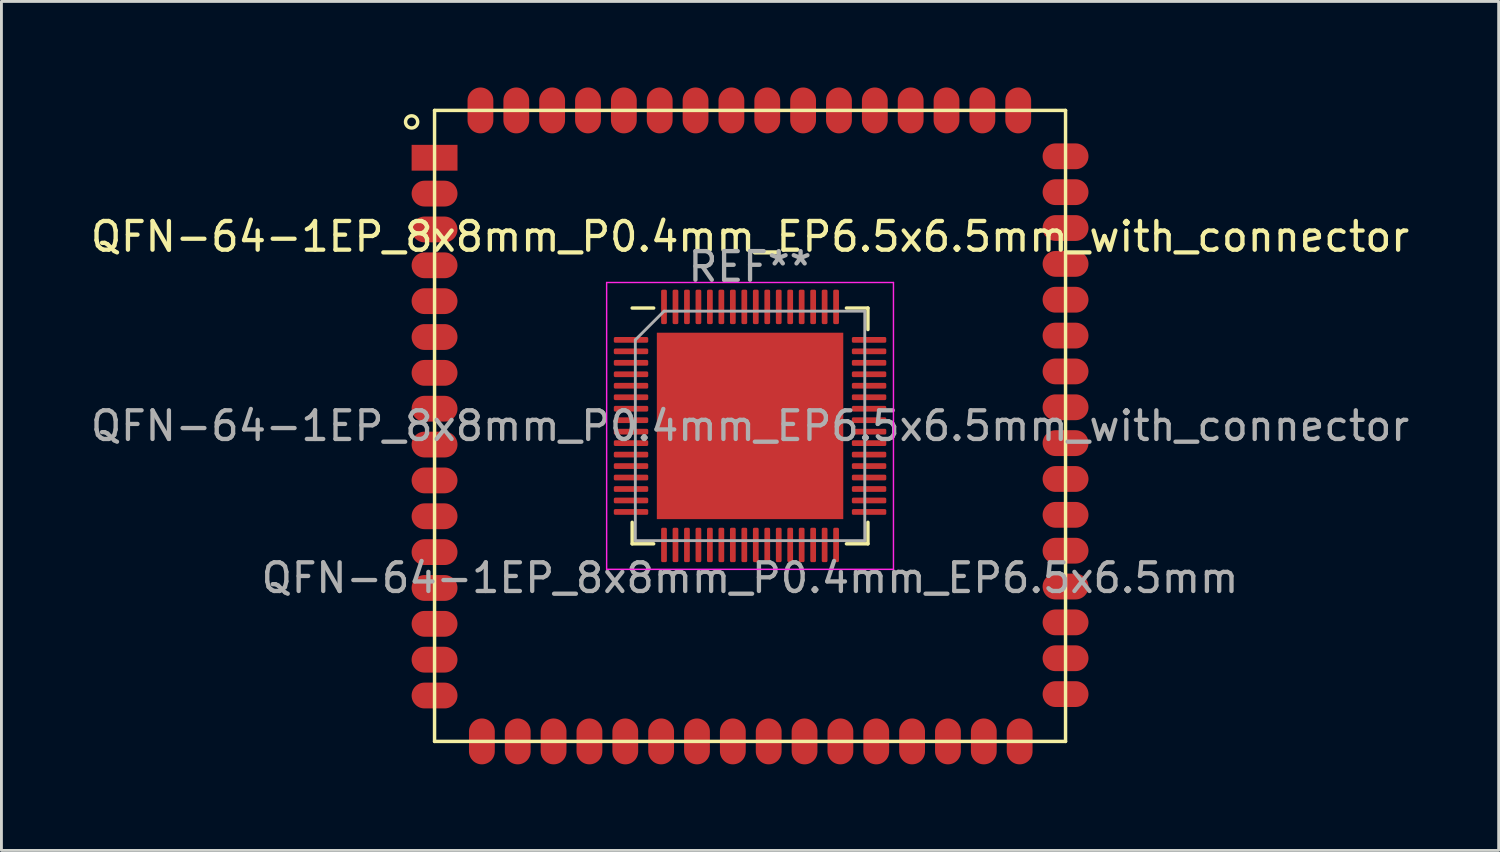
<source format=kicad_pcb>
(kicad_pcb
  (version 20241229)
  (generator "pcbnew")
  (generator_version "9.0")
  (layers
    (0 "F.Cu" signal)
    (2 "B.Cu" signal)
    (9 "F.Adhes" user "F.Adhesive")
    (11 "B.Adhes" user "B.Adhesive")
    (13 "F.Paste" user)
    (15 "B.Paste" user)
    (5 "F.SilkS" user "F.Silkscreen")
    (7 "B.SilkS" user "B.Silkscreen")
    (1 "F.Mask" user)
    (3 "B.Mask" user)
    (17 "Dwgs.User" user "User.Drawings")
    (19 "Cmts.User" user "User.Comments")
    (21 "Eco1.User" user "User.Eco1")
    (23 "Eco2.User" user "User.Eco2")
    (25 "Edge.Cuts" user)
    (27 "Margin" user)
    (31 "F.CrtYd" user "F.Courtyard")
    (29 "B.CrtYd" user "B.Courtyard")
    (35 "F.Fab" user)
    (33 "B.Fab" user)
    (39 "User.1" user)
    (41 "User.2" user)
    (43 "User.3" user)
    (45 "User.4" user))
  (footprint "QFN-64-1EP_8x8mm_P0.4mm_EP6.5x6.5mm_with_connector"
    (layer "F.Cu")
    (at 23.101 11.8)
    (property "Reference" "QFN-64-1EP_8x8mm_P0.4mm_EP6.5x6.5mm_with_connector" (at 0 -6.6 0) (layer "F.SilkS") (effects (font (size 1 1) (thickness 0.15))))
    (attr smd)
    (fp_line (start -11 -11) (end 11 -11) (stroke (width 0.12) (type solid)) (layer "F.SilkS"))
    (fp_line (start -11 11) (end -11 -11) (stroke (width 0.12) (type solid)) (layer "F.SilkS"))
    (fp_line (start -4.11 4.11) (end -4.11 3.36) (stroke (width 0.12) (type solid)) (layer "F.SilkS"))
    (fp_line (start -3.36 -4.11) (end -4.11 -4.11) (stroke (width 0.12) (type solid)) (layer "F.SilkS"))
    (fp_line (start -3.36 4.11) (end -4.11 4.11) (stroke (width 0.12) (type solid)) (layer "F.SilkS"))
    (fp_line (start 3.36 -4.11) (end 4.11 -4.11) (stroke (width 0.12) (type solid)) (layer "F.SilkS"))
    (fp_line (start 3.36 4.11) (end 4.11 4.11) (stroke (width 0.12) (type solid)) (layer "F.SilkS"))
    (fp_line (start 4.11 -4.11) (end 4.11 -3.36) (stroke (width 0.12) (type solid)) (layer "F.SilkS"))
    (fp_line (start 4.11 4.11) (end 4.11 3.36) (stroke (width 0.12) (type solid)) (layer "F.SilkS"))
    (fp_line (start 11 -11) (end 11 11) (stroke (width 0.12) (type solid)) (layer "F.SilkS"))
    (fp_line (start 11 11) (end -11 11) (stroke (width 0.12) (type solid)) (layer "F.SilkS"))
    (fp_circle (center -11.8 -10.6) (end -11.65 -10.45) (stroke (width 0.12) (type solid)) (fill no) (layer "F.SilkS"))
    (fp_line (start -5 -5) (end -5 5) (stroke (width 0.05) (type solid)) (layer "F.CrtYd"))
    (fp_line (start -5 5) (end 5 5) (stroke (width 0.05) (type solid)) (layer "F.CrtYd"))
    (fp_line (start 5 -5) (end -5 -5) (stroke (width 0.05) (type solid)) (layer "F.CrtYd"))
    (fp_line (start 5 5) (end 5 -5) (stroke (width 0.05) (type solid)) (layer "F.CrtYd"))
    (fp_line (start -4 -3) (end -3 -4) (stroke (width 0.1) (type solid)) (layer "F.Fab"))
    (fp_line (start -4 4) (end -4 -3) (stroke (width 0.1) (type solid)) (layer "F.Fab"))
    (fp_line (start -3 -4) (end 4 -4) (stroke (width 0.1) (type solid)) (layer "F.Fab"))
    (fp_line (start 4 -4) (end 4 4) (stroke (width 0.1) (type solid)) (layer "F.Fab"))
    (fp_line (start 4 4) (end -4 4) (stroke (width 0.1) (type solid)) (layer "F.Fab"))
    (fp_text user "QFN-64-1EP_8x8mm_P0.4mm_EP6.5x6.5mm" (at 0 5.3 0) (layer "F.Fab") (effects (font (size 1 1) (thickness 0.15))))
    (fp_text user "${REFERENCE}" (at 0 0 0) (layer "F.Fab") (effects (font (size 1 1) (thickness 0.15))))
    (fp_text user "REF**" (at 0 -5.55 0) (layer "F.Fab") (effects (font (size 1 1) (thickness 0.15))))
    (pad "" smd roundrect (at -2.6 -2.6) (size 1.05 1.05) (layers "F.Paste") (roundrect_rratio 0.238))
    (pad "" smd roundrect (at -2.6 -1.3) (size 1.05 1.05) (layers "F.Paste") (roundrect_rratio 0.238))
    (pad "" smd roundrect (at -2.6 0) (size 1.05 1.05) (layers "F.Paste") (roundrect_rratio 0.238))
    (pad "" smd roundrect (at -2.6 1.3) (size 1.05 1.05) (layers "F.Paste") (roundrect_rratio 0.238))
    (pad "" smd roundrect (at -2.6 2.6) (size 1.05 1.05) (layers "F.Paste") (roundrect_rratio 0.238))
    (pad "" smd roundrect (at -1.3 -2.6) (size 1.05 1.05) (layers "F.Paste") (roundrect_rratio 0.238))
    (pad "" smd roundrect (at -1.3 -1.3) (size 1.05 1.05) (layers "F.Paste") (roundrect_rratio 0.238))
    (pad "" smd roundrect (at -1.3 0) (size 1.05 1.05) (layers "F.Paste") (roundrect_rratio 0.238))
    (pad "" smd roundrect (at -1.3 1.3) (size 1.05 1.05) (layers "F.Paste") (roundrect_rratio 0.238))
    (pad "" smd roundrect (at -1.3 2.6) (size 1.05 1.05) (layers "F.Paste") (roundrect_rratio 0.238))
    (pad "" smd roundrect (at 0 -2.6) (size 1.05 1.05) (layers "F.Paste") (roundrect_rratio 0.238))
    (pad "" smd roundrect (at 0 -1.3) (size 1.05 1.05) (layers "F.Paste") (roundrect_rratio 0.238))
    (pad "" smd roundrect (at 0 0) (size 1.05 1.05) (layers "F.Paste") (roundrect_rratio 0.238))
    (pad "" smd roundrect (at 0 1.3) (size 1.05 1.05) (layers "F.Paste") (roundrect_rratio 0.238))
    (pad "" smd roundrect (at 0 2.6) (size 1.05 1.05) (layers "F.Paste") (roundrect_rratio 0.238))
    (pad "" smd roundrect (at 1.3 -2.6) (size 1.05 1.05) (layers "F.Paste") (roundrect_rratio 0.238))
    (pad "" smd roundrect (at 1.3 -1.3) (size 1.05 1.05) (layers "F.Paste") (roundrect_rratio 0.238))
    (pad "" smd roundrect (at 1.3 0) (size 1.05 1.05) (layers "F.Paste") (roundrect_rratio 0.238))
    (pad "" smd roundrect (at 1.3 1.3) (size 1.05 1.05) (layers "F.Paste") (roundrect_rratio 0.238))
    (pad "" smd roundrect (at 1.3 2.6) (size 1.05 1.05) (layers "F.Paste") (roundrect_rratio 0.238))
    (pad "" smd roundrect (at 2.6 -2.6) (size 1.05 1.05) (layers "F.Paste") (roundrect_rratio 0.238))
    (pad "" smd roundrect (at 2.6 -1.3) (size 1.05 1.05) (layers "F.Paste") (roundrect_rratio 0.238))
    (pad "" smd roundrect (at 2.6 0) (size 1.05 1.05) (layers "F.Paste") (roundrect_rratio 0.238))
    (pad "" smd roundrect (at 2.6 1.3) (size 1.05 1.05) (layers "F.Paste") (roundrect_rratio 0.238))
    (pad "" smd roundrect (at 2.6 2.6) (size 1.05 1.05) (layers "F.Paste") (roundrect_rratio 0.238))
    (pad "1" smd rect (at -11 -9.35) (size 1.6 0.9) (layers "F.Cu" "F.Mask" "F.Paste"))
    (pad "1" smd roundrect (at -4.15 -3) (size 1.2 0.2) (layers "F.Cu" "F.Mask" "F.Paste") (roundrect_rratio 0.25))
    (pad "2" smd oval (at -11 -8.1) (size 1.6 0.9) (layers "F.Cu" "F.Mask" "F.Paste"))
    (pad "2" smd roundrect (at -4.15 -2.6) (size 1.2 0.2) (layers "F.Cu" "F.Mask" "F.Paste") (roundrect_rratio 0.25))
    (pad "3" smd oval (at -11 -6.85) (size 1.6 0.9) (layers "F.Cu" "F.Mask" "F.Paste"))
    (pad "3" smd roundrect (at -4.15 -2.2) (size 1.2 0.2) (layers "F.Cu" "F.Mask" "F.Paste") (roundrect_rratio 0.25))
    (pad "4" smd oval (at -11 -5.6) (size 1.6 0.9) (layers "F.Cu" "F.Mask" "F.Paste"))
    (pad "4" smd roundrect (at -4.15 -1.8) (size 1.2 0.2) (layers "F.Cu" "F.Mask" "F.Paste") (roundrect_rratio 0.25))
    (pad "5" smd oval (at -11 -4.35) (size 1.6 0.9) (layers "F.Cu" "F.Mask" "F.Paste"))
    (pad "5" smd roundrect (at -4.15 -1.4) (size 1.2 0.2) (layers "F.Cu" "F.Mask" "F.Paste") (roundrect_rratio 0.25))
    (pad "6" smd oval (at -11 -3.1) (size 1.6 0.9) (layers "F.Cu" "F.Mask" "F.Paste"))
    (pad "6" smd roundrect (at -4.15 -1) (size 1.2 0.2) (layers "F.Cu" "F.Mask" "F.Paste") (roundrect_rratio 0.25))
    (pad "7" smd oval (at -11 -1.85) (size 1.6 0.9) (layers "F.Cu" "F.Mask" "F.Paste"))
    (pad "7" smd roundrect (at -4.15 -0.6) (size 1.2 0.2) (layers "F.Cu" "F.Mask" "F.Paste") (roundrect_rratio 0.25))
    (pad "8" smd oval (at -11 -0.6) (size 1.6 0.9) (layers "F.Cu" "F.Mask" "F.Paste"))
    (pad "8" smd roundrect (at -4.15 -0.2) (size 1.2 0.2) (layers "F.Cu" "F.Mask" "F.Paste") (roundrect_rratio 0.25))
    (pad "9" smd oval (at -11 0.65) (size 1.6 0.9) (layers "F.Cu" "F.Mask" "F.Paste"))
    (pad "9" smd roundrect (at -4.15 0.2) (size 1.2 0.2) (layers "F.Cu" "F.Mask" "F.Paste") (roundrect_rratio 0.25))
    (pad "10" smd oval (at -11 1.9) (size 1.6 0.9) (layers "F.Cu" "F.Mask" "F.Paste"))
    (pad "10" smd roundrect (at -4.15 0.6) (size 1.2 0.2) (layers "F.Cu" "F.Mask" "F.Paste") (roundrect_rratio 0.25))
    (pad "11" smd oval (at -11 3.15) (size 1.6 0.9) (layers "F.Cu" "F.Mask" "F.Paste"))
    (pad "11" smd roundrect (at -4.15 1) (size 1.2 0.2) (layers "F.Cu" "F.Mask" "F.Paste") (roundrect_rratio 0.25))
    (pad "12" smd oval (at -11 4.4) (size 1.6 0.9) (layers "F.Cu" "F.Mask" "F.Paste"))
    (pad "12" smd roundrect (at -4.15 1.4) (size 1.2 0.2) (layers "F.Cu" "F.Mask" "F.Paste") (roundrect_rratio 0.25))
    (pad "13" smd oval (at -11 5.65) (size 1.6 0.9) (layers "F.Cu" "F.Mask" "F.Paste"))
    (pad "13" smd roundrect (at -4.15 1.8) (size 1.2 0.2) (layers "F.Cu" "F.Mask" "F.Paste") (roundrect_rratio 0.25))
    (pad "14" smd oval (at -11 6.9) (size 1.6 0.9) (layers "F.Cu" "F.Mask" "F.Paste"))
    (pad "14" smd roundrect (at -4.15 2.2) (size 1.2 0.2) (layers "F.Cu" "F.Mask" "F.Paste") (roundrect_rratio 0.25))
    (pad "15" smd oval (at -11 8.15) (size 1.6 0.9) (layers "F.Cu" "F.Mask" "F.Paste"))
    (pad "15" smd roundrect (at -4.15 2.6) (size 1.2 0.2) (layers "F.Cu" "F.Mask" "F.Paste") (roundrect_rratio 0.25))
    (pad "16" smd oval (at -11 9.4) (size 1.6 0.9) (layers "F.Cu" "F.Mask" "F.Paste"))
    (pad "16" smd roundrect (at -4.15 3) (size 1.2 0.2) (layers "F.Cu" "F.Mask" "F.Paste") (roundrect_rratio 0.25))
    (pad "17" smd oval (at -9.35 11 90) (size 1.6 0.9) (layers "F.Cu" "F.Mask" "F.Paste"))
    (pad "17" smd roundrect (at -3 4.15 90) (size 1.2 0.2) (layers "F.Cu" "F.Mask" "F.Paste") (roundrect_rratio 0.25))
    (pad "18" smd oval (at -8.1 11 90) (size 1.6 0.9) (layers "F.Cu" "F.Mask" "F.Paste"))
    (pad "18" smd roundrect (at -2.6 4.15 90) (size 1.2 0.2) (layers "F.Cu" "F.Mask" "F.Paste") (roundrect_rratio 0.25))
    (pad "19" smd oval (at -6.85 11 90) (size 1.6 0.9) (layers "F.Cu" "F.Mask" "F.Paste"))
    (pad "19" smd roundrect (at -2.2 4.15 90) (size 1.2 0.2) (layers "F.Cu" "F.Mask" "F.Paste") (roundrect_rratio 0.25))
    (pad "20" smd oval (at -5.6 11 90) (size 1.6 0.9) (layers "F.Cu" "F.Mask" "F.Paste"))
    (pad "20" smd roundrect (at -1.8 4.15 90) (size 1.2 0.2) (layers "F.Cu" "F.Mask" "F.Paste") (roundrect_rratio 0.25))
    (pad "21" smd oval (at -4.35 11 90) (size 1.6 0.9) (layers "F.Cu" "F.Mask" "F.Paste"))
    (pad "21" smd roundrect (at -1.4 4.15 90) (size 1.2 0.2) (layers "F.Cu" "F.Mask" "F.Paste") (roundrect_rratio 0.25))
    (pad "22" smd oval (at -3.1 11 90) (size 1.6 0.9) (layers "F.Cu" "F.Mask" "F.Paste"))
    (pad "22" smd roundrect (at -1 4.15 90) (size 1.2 0.2) (layers "F.Cu" "F.Mask" "F.Paste") (roundrect_rratio 0.25))
    (pad "23" smd oval (at -1.85 11 90) (size 1.6 0.9) (layers "F.Cu" "F.Mask" "F.Paste"))
    (pad "23" smd roundrect (at -0.6 4.15 90) (size 1.2 0.2) (layers "F.Cu" "F.Mask" "F.Paste") (roundrect_rratio 0.25))
    (pad "24" smd oval (at -0.6 11 90) (size 1.6 0.9) (layers "F.Cu" "F.Mask" "F.Paste"))
    (pad "24" smd roundrect (at -0.2 4.15 90) (size 1.2 0.2) (layers "F.Cu" "F.Mask" "F.Paste") (roundrect_rratio 0.25))
    (pad "25" smd roundrect (at 0.2 4.15 90) (size 1.2 0.2) (layers "F.Cu" "F.Mask" "F.Paste") (roundrect_rratio 0.25))
    (pad "25" smd oval (at 0.65 11 90) (size 1.6 0.9) (layers "F.Cu" "F.Mask" "F.Paste"))
    (pad "26" smd roundrect (at 0.6 4.15 90) (size 1.2 0.2) (layers "F.Cu" "F.Mask" "F.Paste") (roundrect_rratio 0.25))
    (pad "26" smd oval (at 1.9 11 90) (size 1.6 0.9) (layers "F.Cu" "F.Mask" "F.Paste"))
    (pad "27" smd roundrect (at 1 4.15 90) (size 1.2 0.2) (layers "F.Cu" "F.Mask" "F.Paste") (roundrect_rratio 0.25))
    (pad "27" smd oval (at 3.15 11 90) (size 1.6 0.9) (layers "F.Cu" "F.Mask" "F.Paste"))
    (pad "28" smd roundrect (at 1.4 4.15 90) (size 1.2 0.2) (layers "F.Cu" "F.Mask" "F.Paste") (roundrect_rratio 0.25))
    (pad "28" smd oval (at 4.4 11 90) (size 1.6 0.9) (layers "F.Cu" "F.Mask" "F.Paste"))
    (pad "29" smd roundrect (at 1.8 4.15 90) (size 1.2 0.2) (layers "F.Cu" "F.Mask" "F.Paste") (roundrect_rratio 0.25))
    (pad "29" smd oval (at 5.65 11 90) (size 1.6 0.9) (layers "F.Cu" "F.Mask" "F.Paste"))
    (pad "30" smd roundrect (at 2.2 4.15 90) (size 1.2 0.2) (layers "F.Cu" "F.Mask" "F.Paste") (roundrect_rratio 0.25))
    (pad "30" smd oval (at 6.9 11 90) (size 1.6 0.9) (layers "F.Cu" "F.Mask" "F.Paste"))
    (pad "31" smd roundrect (at 2.6 4.15 90) (size 1.2 0.2) (layers "F.Cu" "F.Mask" "F.Paste") (roundrect_rratio 0.25))
    (pad "31" smd oval (at 8.15 11 90) (size 1.6 0.9) (layers "F.Cu" "F.Mask" "F.Paste"))
    (pad "32" smd roundrect (at 3 4.15 90) (size 1.2 0.2) (layers "F.Cu" "F.Mask" "F.Paste") (roundrect_rratio 0.25))
    (pad "32" smd oval (at 9.4 11 90) (size 1.6 0.9) (layers "F.Cu" "F.Mask" "F.Paste"))
    (pad "33" smd roundrect (at 4.15 3 180) (size 1.2 0.2) (layers "F.Cu" "F.Mask" "F.Paste") (roundrect_rratio 0.25))
    (pad "33" smd oval (at 11 9.35 180) (size 1.6 0.9) (layers "F.Cu" "F.Mask" "F.Paste"))
    (pad "34" smd roundrect (at 4.15 2.6 180) (size 1.2 0.2) (layers "F.Cu" "F.Mask" "F.Paste") (roundrect_rratio 0.25))
    (pad "34" smd oval (at 11 8.1 180) (size 1.6 0.9) (layers "F.Cu" "F.Mask" "F.Paste"))
    (pad "35" smd roundrect (at 4.15 2.2 180) (size 1.2 0.2) (layers "F.Cu" "F.Mask" "F.Paste") (roundrect_rratio 0.25))
    (pad "35" smd oval (at 11 6.85 180) (size 1.6 0.9) (layers "F.Cu" "F.Mask" "F.Paste"))
    (pad "36" smd roundrect (at 4.15 1.8 180) (size 1.2 0.2) (layers "F.Cu" "F.Mask" "F.Paste") (roundrect_rratio 0.25))
    (pad "36" smd oval (at 11 5.6 180) (size 1.6 0.9) (layers "F.Cu" "F.Mask" "F.Paste"))
    (pad "37" smd roundrect (at 4.15 1.4 180) (size 1.2 0.2) (layers "F.Cu" "F.Mask" "F.Paste") (roundrect_rratio 0.25))
    (pad "37" smd oval (at 11 4.35 180) (size 1.6 0.9) (layers "F.Cu" "F.Mask" "F.Paste"))
    (pad "38" smd roundrect (at 4.15 1 180) (size 1.2 0.2) (layers "F.Cu" "F.Mask" "F.Paste") (roundrect_rratio 0.25))
    (pad "38" smd oval (at 11 3.1 180) (size 1.6 0.9) (layers "F.Cu" "F.Mask" "F.Paste"))
    (pad "39" smd roundrect (at 4.15 0.6 180) (size 1.2 0.2) (layers "F.Cu" "F.Mask" "F.Paste") (roundrect_rratio 0.25))
    (pad "39" smd oval (at 11 1.85 180) (size 1.6 0.9) (layers "F.Cu" "F.Mask" "F.Paste"))
    (pad "40" smd roundrect (at 4.15 0.2 180) (size 1.2 0.2) (layers "F.Cu" "F.Mask" "F.Paste") (roundrect_rratio 0.25))
    (pad "40" smd oval (at 11 0.6 180) (size 1.6 0.9) (layers "F.Cu" "F.Mask" "F.Paste"))
    (pad "41" smd roundrect (at 4.15 -0.2 180) (size 1.2 0.2) (layers "F.Cu" "F.Mask" "F.Paste") (roundrect_rratio 0.25))
    (pad "41" smd oval (at 11 -0.65 180) (size 1.6 0.9) (layers "F.Cu" "F.Mask" "F.Paste"))
    (pad "42" smd roundrect (at 4.15 -0.6 180) (size 1.2 0.2) (layers "F.Cu" "F.Mask" "F.Paste") (roundrect_rratio 0.25))
    (pad "42" smd oval (at 11 -1.9 180) (size 1.6 0.9) (layers "F.Cu" "F.Mask" "F.Paste"))
    (pad "43" smd roundrect (at 4.15 -1 180) (size 1.2 0.2) (layers "F.Cu" "F.Mask" "F.Paste") (roundrect_rratio 0.25))
    (pad "43" smd oval (at 11 -3.15 180) (size 1.6 0.9) (layers "F.Cu" "F.Mask" "F.Paste"))
    (pad "44" smd roundrect (at 4.15 -1.4 180) (size 1.2 0.2) (layers "F.Cu" "F.Mask" "F.Paste") (roundrect_rratio 0.25))
    (pad "44" smd oval (at 11 -4.4 180) (size 1.6 0.9) (layers "F.Cu" "F.Mask" "F.Paste"))
    (pad "45" smd roundrect (at 4.15 -1.8 180) (size 1.2 0.2) (layers "F.Cu" "F.Mask" "F.Paste") (roundrect_rratio 0.25))
    (pad "45" smd oval (at 11 -5.65 180) (size 1.6 0.9) (layers "F.Cu" "F.Mask" "F.Paste"))
    (pad "46" smd roundrect (at 4.15 -2.2 180) (size 1.2 0.2) (layers "F.Cu" "F.Mask" "F.Paste") (roundrect_rratio 0.25))
    (pad "46" smd oval (at 11 -6.9 180) (size 1.6 0.9) (layers "F.Cu" "F.Mask" "F.Paste"))
    (pad "47" smd roundrect (at 4.15 -2.6 180) (size 1.2 0.2) (layers "F.Cu" "F.Mask" "F.Paste") (roundrect_rratio 0.25))
    (pad "47" smd oval (at 11 -8.15 180) (size 1.6 0.9) (layers "F.Cu" "F.Mask" "F.Paste"))
    (pad "48" smd roundrect (at 4.15 -3 180) (size 1.2 0.2) (layers "F.Cu" "F.Mask" "F.Paste") (roundrect_rratio 0.25))
    (pad "48" smd oval (at 11 -9.4 180) (size 1.6 0.9) (layers "F.Cu" "F.Mask" "F.Paste"))
    (pad "49" smd roundrect (at 3 -4.15 270) (size 1.2 0.2) (layers "F.Cu" "F.Mask" "F.Paste") (roundrect_rratio 0.25))
    (pad "49" smd oval (at 9.35 -11 270) (size 1.6 0.9) (layers "F.Cu" "F.Mask" "F.Paste"))
    (pad "50" smd roundrect (at 2.6 -4.15 270) (size 1.2 0.2) (layers "F.Cu" "F.Mask" "F.Paste") (roundrect_rratio 0.25))
    (pad "50" smd oval (at 8.1 -11 270) (size 1.6 0.9) (layers "F.Cu" "F.Mask" "F.Paste"))
    (pad "51" smd roundrect (at 2.2 -4.15 270) (size 1.2 0.2) (layers "F.Cu" "F.Mask" "F.Paste") (roundrect_rratio 0.25))
    (pad "51" smd oval (at 6.85 -11 270) (size 1.6 0.9) (layers "F.Cu" "F.Mask" "F.Paste"))
    (pad "52" smd roundrect (at 1.8 -4.15 270) (size 1.2 0.2) (layers "F.Cu" "F.Mask" "F.Paste") (roundrect_rratio 0.25))
    (pad "52" smd oval (at 5.6 -11 270) (size 1.6 0.9) (layers "F.Cu" "F.Mask" "F.Paste"))
    (pad "53" smd roundrect (at 1.4 -4.15 270) (size 1.2 0.2) (layers "F.Cu" "F.Mask" "F.Paste") (roundrect_rratio 0.25))
    (pad "53" smd oval (at 4.35 -11 270) (size 1.6 0.9) (layers "F.Cu" "F.Mask" "F.Paste"))
    (pad "54" smd roundrect (at 1 -4.15 270) (size 1.2 0.2) (layers "F.Cu" "F.Mask" "F.Paste") (roundrect_rratio 0.25))
    (pad "54" smd oval (at 3.1 -11 270) (size 1.6 0.9) (layers "F.Cu" "F.Mask" "F.Paste"))
    (pad "55" smd roundrect (at 0.6 -4.15 270) (size 1.2 0.2) (layers "F.Cu" "F.Mask" "F.Paste") (roundrect_rratio 0.25))
    (pad "55" smd oval (at 1.85 -11 270) (size 1.6 0.9) (layers "F.Cu" "F.Mask" "F.Paste"))
    (pad "56" smd roundrect (at 0.2 -4.15 270) (size 1.2 0.2) (layers "F.Cu" "F.Mask" "F.Paste") (roundrect_rratio 0.25))
    (pad "56" smd oval (at 0.6 -11 270) (size 1.6 0.9) (layers "F.Cu" "F.Mask" "F.Paste"))
    (pad "57" smd oval (at -0.65 -11 270) (size 1.6 0.9) (layers "F.Cu" "F.Mask" "F.Paste"))
    (pad "57" smd roundrect (at -0.2 -4.15 270) (size 1.2 0.2) (layers "F.Cu" "F.Mask" "F.Paste") (roundrect_rratio 0.25))
    (pad "58" smd oval (at -1.9 -11 270) (size 1.6 0.9) (layers "F.Cu" "F.Mask" "F.Paste"))
    (pad "58" smd roundrect (at -0.6 -4.15 270) (size 1.2 0.2) (layers "F.Cu" "F.Mask" "F.Paste") (roundrect_rratio 0.25))
    (pad "59" smd oval (at -3.15 -11 270) (size 1.6 0.9) (layers "F.Cu" "F.Mask" "F.Paste"))
    (pad "59" smd roundrect (at -1 -4.15 270) (size 1.2 0.2) (layers "F.Cu" "F.Mask" "F.Paste") (roundrect_rratio 0.25))
    (pad "60" smd oval (at -4.4 -11 270) (size 1.6 0.9) (layers "F.Cu" "F.Mask" "F.Paste"))
    (pad "60" smd roundrect (at -1.4 -4.15 270) (size 1.2 0.2) (layers "F.Cu" "F.Mask" "F.Paste") (roundrect_rratio 0.25))
    (pad "61" smd oval (at -5.65 -11 270) (size 1.6 0.9) (layers "F.Cu" "F.Mask" "F.Paste"))
    (pad "61" smd roundrect (at -1.8 -4.15 270) (size 1.2 0.2) (layers "F.Cu" "F.Mask" "F.Paste") (roundrect_rratio 0.25))
    (pad "62" smd oval (at -6.9 -11 270) (size 1.6 0.9) (layers "F.Cu" "F.Mask" "F.Paste"))
    (pad "62" smd roundrect (at -2.2 -4.15 270) (size 1.2 0.2) (layers "F.Cu" "F.Mask" "F.Paste") (roundrect_rratio 0.25))
    (pad "63" smd oval (at -8.15 -11 270) (size 1.6 0.9) (layers "F.Cu" "F.Mask" "F.Paste"))
    (pad "63" smd roundrect (at -2.6 -4.15 270) (size 1.2 0.2) (layers "F.Cu" "F.Mask" "F.Paste") (roundrect_rratio 0.25))
    (pad "64" smd oval (at -9.4 -11 270) (size 1.6 0.9) (layers "F.Cu" "F.Mask" "F.Paste"))
    (pad "64" smd roundrect (at -3 -4.15 270) (size 1.2 0.2) (layers "F.Cu" "F.Mask" "F.Paste") (roundrect_rratio 0.25))
    (pad "65" smd rect (at 0 0) (size 6.5 6.5) (layers "F.Cu" "F.Mask")))
  (gr_rect
    (start -3 -3)
    (end 49.202 26.6)
    (stroke (width 0.1) (type default))
    (fill no)
    (layer "Edge.Cuts")))
</source>
